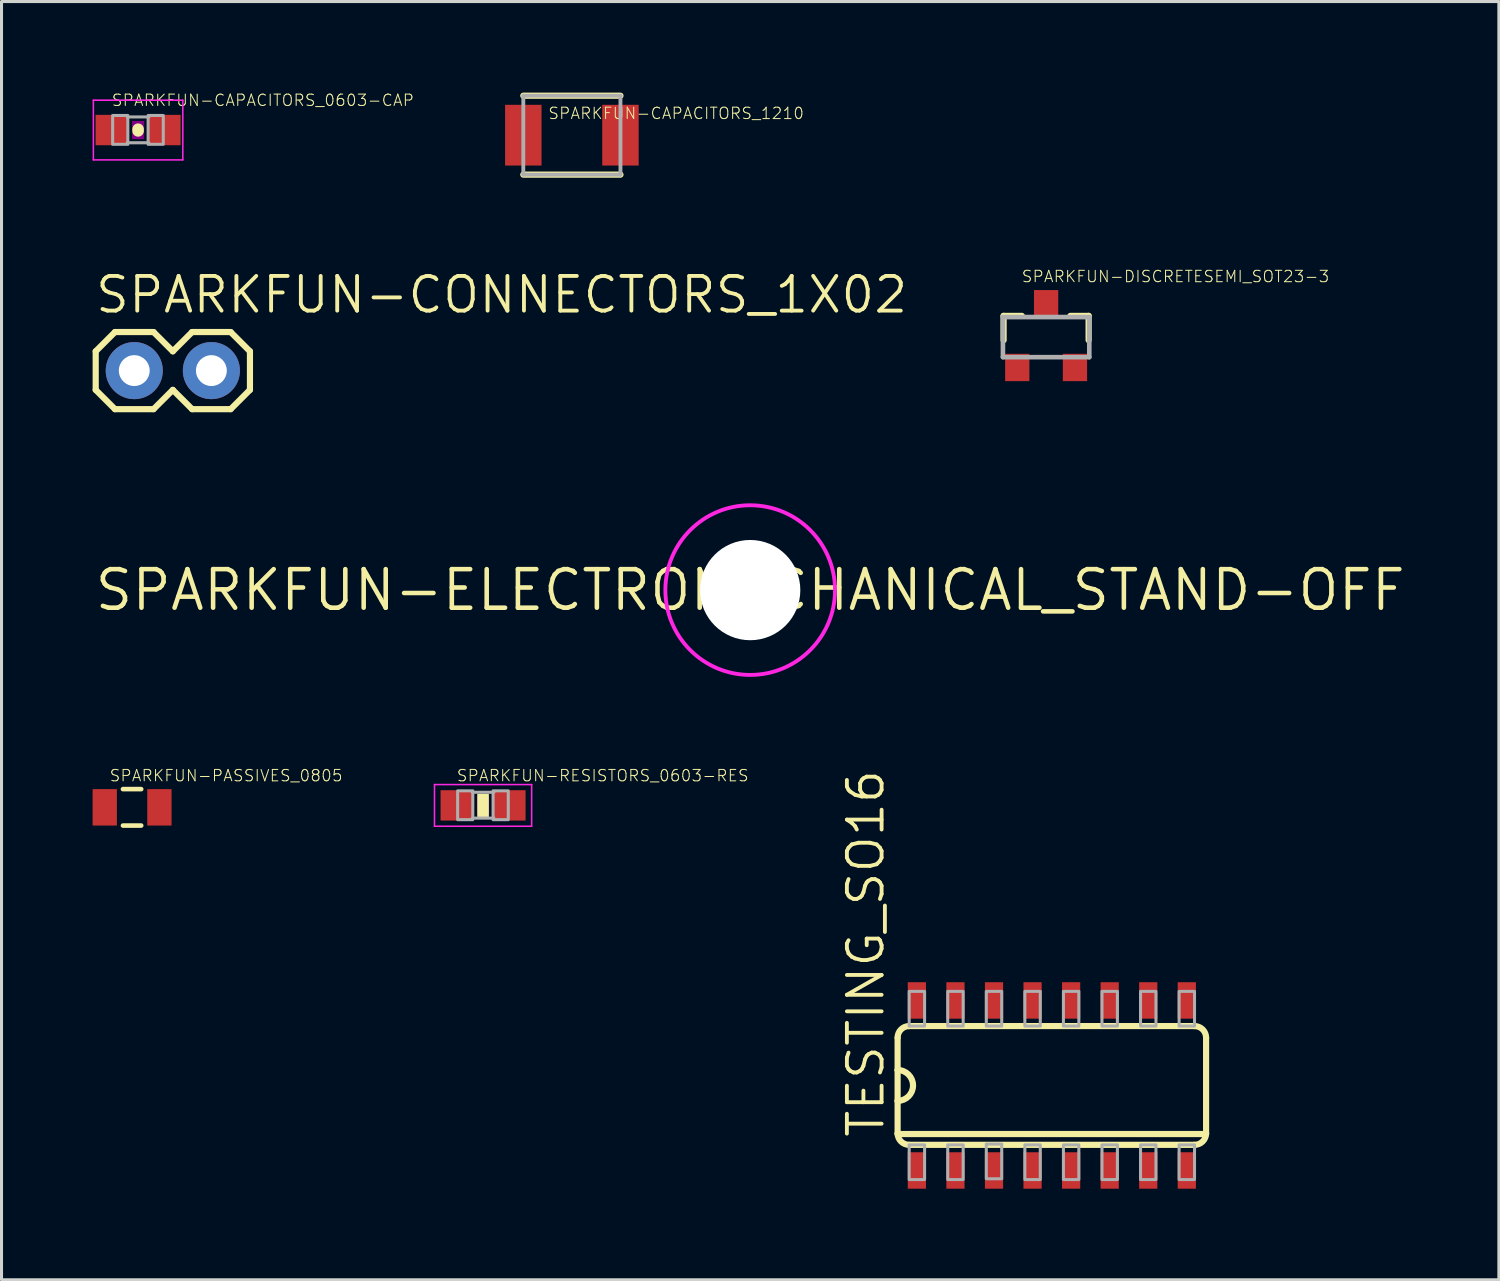
<source format=kicad_pcb>
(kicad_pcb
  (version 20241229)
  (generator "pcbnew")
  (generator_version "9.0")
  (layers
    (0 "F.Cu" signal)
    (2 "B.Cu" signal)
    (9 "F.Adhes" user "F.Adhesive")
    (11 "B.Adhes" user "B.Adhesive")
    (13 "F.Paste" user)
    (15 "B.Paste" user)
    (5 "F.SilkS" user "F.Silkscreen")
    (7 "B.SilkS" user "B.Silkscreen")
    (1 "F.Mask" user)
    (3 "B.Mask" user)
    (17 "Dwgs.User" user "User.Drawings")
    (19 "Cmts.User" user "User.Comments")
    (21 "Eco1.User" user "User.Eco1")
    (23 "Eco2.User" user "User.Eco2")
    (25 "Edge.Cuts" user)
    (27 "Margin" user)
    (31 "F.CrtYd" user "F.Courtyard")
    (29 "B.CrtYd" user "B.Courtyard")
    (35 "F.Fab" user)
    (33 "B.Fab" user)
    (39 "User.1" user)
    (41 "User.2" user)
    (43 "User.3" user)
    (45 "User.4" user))
  (footprint "SPARKFUN-PASSIVES_0805"
    (layer "F.Cu")
    (at 1.3 23.54)
    (property "Reference" "SPARKFUN-PASSIVES_0805" (at -0.762 -0.826 0) (unlocked yes) (layer "F.SilkS") (effects (font (size 0.374 0.374) (thickness 0.033)) (justify left bottom)))
    (fp_line (start -0.3 -0.6) (end 0.3 -0.6) (stroke (width 0.152) (type solid)) (layer "F.SilkS"))
    (fp_line (start -0.3 0.6) (end 0.3 0.6) (stroke (width 0.152) (type solid)) (layer "F.SilkS"))
    (pad "1" smd rect (at -0.9 0) (size 0.8 1.2) (layers "F.Cu" "F.Mask" "F.Paste"))
    (pad "2" smd rect (at 0.9 0) (size 0.8 1.2) (layers "F.Cu" "F.Mask" "F.Paste")))
  (footprint "SPARKFUN-ELECTROMECHANICAL_STAND-OFF"
    (layer "F.Cu")
    (at 21.658 16.385)
    (property "Reference" "SPARKFUN-ELECTROMECHANICAL_STAND-OFF" (at 0 0 0) (layer "F.SilkS") (effects (font (size 1.27 1.27) (thickness 0.15))))
    (fp_circle (center 0 0) (end 2.794 0) (stroke (width 0.127) (type solid)) (fill no) (layer "F.CrtYd"))
    (pad "" np_thru_hole circle (at 0 0) (size 3.302 3.302) (drill 3.302) (layers "*.Cu" "*.Mask")))
  (footprint "SPARKFUN-RESISTORS_0603-RES"
    (layer "F.Cu")
    (at 12.86 23.476)
    (property "Reference" "SPARKFUN-RESISTORS_0603-RES" (at -0.889 -0.762 0) (unlocked yes) (layer "F.SilkS") (effects (font (size 0.374 0.374) (thickness 0.033)) (justify left bottom)))
    (fp_poly (pts (xy -0.191 0.381) (xy 0.191 0.381) (xy 0.191 -0.381) (xy -0.191 -0.381)) (stroke (width 0) (type default)) (fill yes) (layer "F.SilkS"))
    (fp_poly (pts (xy -0.2 0.3) (xy 0.2 0.3) (xy 0.2 -0.3) (xy -0.2 -0.3)) (stroke (width 0) (type default)) (fill yes) (layer "F.Adhes"))
    (fp_line (start -1.6 -0.686) (end 1.6 -0.686) (stroke (width 0.051) (type solid)) (layer "F.CrtYd"))
    (fp_line (start -1.6 0.686) (end -1.6 -0.686) (stroke (width 0.051) (type solid)) (layer "F.CrtYd"))
    (fp_line (start 1.6 -0.686) (end 1.6 0.686) (stroke (width 0.051) (type solid)) (layer "F.CrtYd"))
    (fp_line (start 1.6 0.686) (end -1.6 0.686) (stroke (width 0.051) (type solid)) (layer "F.CrtYd"))
    (fp_line (start -0.356 -0.432) (end 0.356 -0.432) (stroke (width 0.102) (type solid)) (layer "F.Fab"))
    (fp_line (start -0.356 0.419) (end 0.356 0.419) (stroke (width 0.102) (type solid)) (layer "F.Fab"))
    (fp_poly (pts (xy -0.838 0.47) (xy -0.338 0.47) (xy -0.338 -0.48) (xy -0.838 -0.48)) (stroke (width 0.1) (type default)) (fill no) (layer "F.Fab"))
    (fp_poly (pts (xy 0.33 0.47) (xy 0.83 0.47) (xy 0.83 -0.48) (xy 0.33 -0.48)) (stroke (width 0.1) (type default)) (fill no) (layer "F.Fab"))
    (pad "1" smd rect (at -0.85 0) (size 1.1 1) (layers "F.Cu" "F.Mask" "F.Paste"))
    (pad "2" smd rect (at 0.85 0) (size 1.1 1) (layers "F.Cu" "F.Mask" "F.Paste")))
  (footprint "SPARKFUN-CONNECTORS_1X02"
    (layer "F.Cu")
    (at 1.372 9.156)
    (property "Reference" "SPARKFUN-CONNECTORS_1X02" (at -1.346 -1.829 0) (unlocked yes) (layer "F.SilkS") (effects (font (size 1.143 1.143) (thickness 0.127)) (justify left bottom)))
    (fp_line (start -1.27 -0.635) (end -1.27 0.635) (stroke (width 0.203) (type solid)) (layer "F.SilkS"))
    (fp_line (start -1.27 0.635) (end -0.635 1.27) (stroke (width 0.203) (type solid)) (layer "F.SilkS"))
    (fp_line (start -0.635 -1.27) (end -1.27 -0.635) (stroke (width 0.203) (type solid)) (layer "F.SilkS"))
    (fp_line (start -0.635 -1.27) (end 0.635 -1.27) (stroke (width 0.203) (type solid)) (layer "F.SilkS"))
    (fp_line (start 0.635 -1.27) (end 1.27 -0.635) (stroke (width 0.203) (type solid)) (layer "F.SilkS"))
    (fp_line (start 0.635 1.27) (end -0.635 1.27) (stroke (width 0.203) (type solid)) (layer "F.SilkS"))
    (fp_line (start 1.27 -0.635) (end 1.905 -1.27) (stroke (width 0.203) (type solid)) (layer "F.SilkS"))
    (fp_line (start 1.27 0.635) (end 0.635 1.27) (stroke (width 0.203) (type solid)) (layer "F.SilkS"))
    (fp_line (start 1.905 -1.27) (end 3.175 -1.27) (stroke (width 0.203) (type solid)) (layer "F.SilkS"))
    (fp_line (start 1.905 1.27) (end 1.27 0.635) (stroke (width 0.203) (type solid)) (layer "F.SilkS"))
    (fp_line (start 3.175 -1.27) (end 3.81 -0.635) (stroke (width 0.203) (type solid)) (layer "F.SilkS"))
    (fp_line (start 3.175 1.27) (end 1.905 1.27) (stroke (width 0.203) (type solid)) (layer "F.SilkS"))
    (fp_line (start 3.81 -0.635) (end 3.81 0.635) (stroke (width 0.203) (type solid)) (layer "F.SilkS"))
    (fp_line (start 3.81 0.635) (end 3.175 1.27) (stroke (width 0.203) (type solid)) (layer "F.SilkS"))
    (fp_poly (pts (xy -0.254 0.254) (xy 0.254 0.254) (xy 0.254 -0.254) (xy -0.254 -0.254)) (stroke (width 0.1) (type default)) (fill no) (layer "F.Fab"))
    (fp_poly (pts (xy 2.286 0.254) (xy 2.794 0.254) (xy 2.794 -0.254) (xy 2.286 -0.254)) (stroke (width 0.1) (type default)) (fill no) (layer "F.Fab"))
    (pad "1" thru_hole circle (at 0 0 90) (size 1.88 1.88) (drill 1.016) (layers "*.Cu" "*.Mask"))
    (pad "2" thru_hole circle (at 2.54 0 90) (size 1.88 1.88) (drill 1.016) (layers "*.Cu" "*.Mask")))
  (footprint "SPARKFUN-CAPACITORS_1210"
    (layer "F.Cu")
    (at 15.785 1.402)
    (property "Reference" "SPARKFUN-CAPACITORS_1210" (at -0.8 -0.5 0) (unlocked yes) (layer "F.SilkS") (effects (font (size 0.374 0.374) (thickness 0.033)) (justify left bottom)))
    (fp_line (start -1.6 -1.3) (end 1.6 -1.3) (stroke (width 0.203) (type solid)) (layer "F.SilkS"))
    (fp_line (start -1.6 1.3) (end 1.6 1.3) (stroke (width 0.203) (type solid)) (layer "F.SilkS"))
    (fp_line (start -1.6 -1.3) (end 1.6 -1.3) (stroke (width 0.127) (type solid)) (layer "F.Fab"))
    (fp_line (start -1.6 1.3) (end -1.6 -1.3) (stroke (width 0.127) (type solid)) (layer "F.Fab"))
    (fp_line (start 1.6 -1.3) (end 1.6 1.3) (stroke (width 0.127) (type solid)) (layer "F.Fab"))
    (fp_line (start 1.6 1.3) (end -1.6 1.3) (stroke (width 0.127) (type solid)) (layer "F.Fab"))
    (pad "1" smd rect (at -1.6 0) (size 1.2 2) (layers "F.Cu" "F.Mask" "F.Paste"))
    (pad "2" smd rect (at 1.6 0) (size 1.2 2) (layers "F.Cu" "F.Mask" "F.Paste")))
  (footprint "SPARKFUN-CAPACITORS_0603-CAP"
    (layer "F.Cu")
    (at 1.498 1.233)
    (property "Reference" "SPARKFUN-CAPACITORS_0603-CAP" (at -0.889 -0.762 0) (unlocked yes) (layer "F.SilkS") (effects (font (size 0.374 0.374) (thickness 0.033)) (justify left bottom)))
    (fp_line (start 0 -0.028) (end 0 0.028) (stroke (width 0.381) (type solid)) (layer "F.SilkS"))
    (fp_poly (pts (xy -0.2 0.3) (xy 0.2 0.3) (xy 0.2 -0.3) (xy -0.2 -0.3)) (stroke (width 0) (type default)) (fill yes) (layer "F.Adhes"))
    (fp_line (start -1.473 -0.983) (end 1.473 -0.983) (stroke (width 0.051) (type solid)) (layer "F.CrtYd"))
    (fp_line (start -1.473 0.983) (end -1.473 -0.983) (stroke (width 0.051) (type solid)) (layer "F.CrtYd"))
    (fp_line (start 1.473 -0.983) (end 1.473 0.983) (stroke (width 0.051) (type solid)) (layer "F.CrtYd"))
    (fp_line (start 1.473 0.983) (end -1.473 0.983) (stroke (width 0.051) (type solid)) (layer "F.CrtYd"))
    (fp_line (start -0.356 -0.432) (end 0.356 -0.432) (stroke (width 0.102) (type solid)) (layer "F.Fab"))
    (fp_line (start -0.356 0.419) (end 0.356 0.419) (stroke (width 0.102) (type solid)) (layer "F.Fab"))
    (fp_poly (pts (xy -0.838 0.47) (xy -0.338 0.47) (xy -0.338 -0.48) (xy -0.838 -0.48)) (stroke (width 0.1) (type default)) (fill no) (layer "F.Fab"))
    (fp_poly (pts (xy 0.33 0.47) (xy 0.83 0.47) (xy 0.83 -0.48) (xy 0.33 -0.48)) (stroke (width 0.1) (type default)) (fill no) (layer "F.Fab"))
    (pad "1" smd rect (at -0.85 0) (size 1.1 1) (layers "F.Cu" "F.Mask" "F.Paste"))
    (pad "2" smd rect (at 0.85 0) (size 1.1 1) (layers "F.Cu" "F.Mask" "F.Paste")))
  (footprint "TESTING_SO16"
    (layer "F.Cu")
    (at 31.593 32.7)
    (property "Reference" "TESTING_SO16" (at -5.461 1.778 90) (unlocked yes) (layer "F.SilkS") (effects (font (size 1.143 1.143) (thickness 0.127)) (justify left bottom)))
    (fp_line (start -5.08 -1.575) (end -5.08 -0.508) (stroke (width 0.203) (type solid)) (layer "F.SilkS"))
    (fp_line (start -5.08 -0.508) (end -5.08 0.508) (stroke (width 0.203) (type solid)) (layer "F.SilkS"))
    (fp_line (start -5.08 0.508) (end -5.08 1.575) (stroke (width 0.203) (type solid)) (layer "F.SilkS"))
    (fp_line (start -5.08 1.6) (end 5.08 1.6) (stroke (width 0.203) (type solid)) (layer "F.SilkS"))
    (fp_line (start -4.699 1.956) (end 4.699 1.956) (stroke (width 0.203) (type solid)) (layer "F.SilkS"))
    (fp_line (start 4.699 -1.956) (end -4.699 -1.956) (stroke (width 0.203) (type solid)) (layer "F.SilkS"))
    (fp_line (start 5.08 1.575) (end 5.08 -1.575) (stroke (width 0.203) (type solid)) (layer "F.SilkS"))
    (fp_arc (start -5.08 -1.5748) (mid -4.968408 -1.844208) (end -4.699 -1.9558) (stroke (width 0.2032) (type solid)) (layer "F.SilkS"))
    (fp_arc (start -5.08 -0.508) (mid -4.572 0) (end -5.08 0.508) (stroke (width 0.2032) (type solid)) (layer "F.SilkS"))
    (fp_arc (start -4.699 1.9558) (mid -4.968408 1.844208) (end -5.08 1.5748) (stroke (width 0.2032) (type solid)) (layer "F.SilkS"))
    (fp_arc (start 4.699 -1.9558) (mid 4.968408 -1.844208) (end 5.08 -1.5748) (stroke (width 0.2032) (type solid)) (layer "F.SilkS"))
    (fp_arc (start 5.08 1.5748) (mid 4.968408 1.844208) (end 4.699 1.9558) (stroke (width 0.2032) (type solid)) (layer "F.SilkS"))
    (fp_poly (pts (xy -4.699 -1.956) (xy -4.191 -1.956) (xy -4.191 -3.099) (xy -4.699 -3.099)) (stroke (width 0.1) (type default)) (fill no) (layer "F.Fab"))
    (fp_poly (pts (xy -4.699 3.099) (xy -4.191 3.099) (xy -4.191 1.956) (xy -4.699 1.956)) (stroke (width 0.1) (type default)) (fill no) (layer "F.Fab"))
    (fp_poly (pts (xy -3.429 -1.956) (xy -2.921 -1.956) (xy -2.921 -3.099) (xy -3.429 -3.099)) (stroke (width 0.1) (type default)) (fill no) (layer "F.Fab"))
    (fp_poly (pts (xy -3.429 3.099) (xy -2.921 3.099) (xy -2.921 1.956) (xy -3.429 1.956)) (stroke (width 0.1) (type default)) (fill no) (layer "F.Fab"))
    (fp_poly (pts (xy -2.159 -1.956) (xy -1.651 -1.956) (xy -1.651 -3.099) (xy -2.159 -3.099)) (stroke (width 0.1) (type default)) (fill no) (layer "F.Fab"))
    (fp_poly (pts (xy -2.159 3.073) (xy -1.651 3.073) (xy -1.651 1.93) (xy -2.159 1.93)) (stroke (width 0.1) (type default)) (fill no) (layer "F.Fab"))
    (fp_poly (pts (xy -0.889 -1.956) (xy -0.381 -1.956) (xy -0.381 -3.099) (xy -0.889 -3.099)) (stroke (width 0.1) (type default)) (fill no) (layer "F.Fab"))
    (fp_poly (pts (xy -0.889 3.099) (xy -0.381 3.099) (xy -0.381 1.956) (xy -0.889 1.956)) (stroke (width 0.1) (type default)) (fill no) (layer "F.Fab"))
    (fp_poly (pts (xy 0.381 -1.956) (xy 0.889 -1.956) (xy 0.889 -3.099) (xy 0.381 -3.099)) (stroke (width 0.1) (type default)) (fill no) (layer "F.Fab"))
    (fp_poly (pts (xy 0.381 3.099) (xy 0.889 3.099) (xy 0.889 1.956) (xy 0.381 1.956)) (stroke (width 0.1) (type default)) (fill no) (layer "F.Fab"))
    (fp_poly (pts (xy 1.651 -1.956) (xy 2.159 -1.956) (xy 2.159 -3.099) (xy 1.651 -3.099)) (stroke (width 0.1) (type default)) (fill no) (layer "F.Fab"))
    (fp_poly (pts (xy 1.651 3.099) (xy 2.159 3.099) (xy 2.159 1.956) (xy 1.651 1.956)) (stroke (width 0.1) (type default)) (fill no) (layer "F.Fab"))
    (fp_poly (pts (xy 2.921 -1.956) (xy 3.429 -1.956) (xy 3.429 -3.099) (xy 2.921 -3.099)) (stroke (width 0.1) (type default)) (fill no) (layer "F.Fab"))
    (fp_poly (pts (xy 2.921 3.099) (xy 3.429 3.099) (xy 3.429 1.956) (xy 2.921 1.956)) (stroke (width 0.1) (type default)) (fill no) (layer "F.Fab"))
    (fp_poly (pts (xy 4.191 -1.956) (xy 4.699 -1.956) (xy 4.699 -3.099) (xy 4.191 -3.099)) (stroke (width 0.1) (type default)) (fill no) (layer "F.Fab"))
    (fp_poly (pts (xy 4.191 3.099) (xy 4.699 3.099) (xy 4.699 1.956) (xy 4.191 1.956)) (stroke (width 0.1) (type default)) (fill no) (layer "F.Fab"))
    (pad "1" smd rect (at -4.445 2.8) (size 0.6 1.2) (layers "F.Cu" "F.Mask" "F.Paste"))
    (pad "2" smd rect (at -3.175 2.8) (size 0.6 1.2) (layers "F.Cu" "F.Mask" "F.Paste"))
    (pad "3" smd rect (at -1.905 2.8) (size 0.6 1.2) (layers "F.Cu" "F.Mask" "F.Paste"))
    (pad "4" smd rect (at -0.635 2.8) (size 0.6 1.2) (layers "F.Cu" "F.Mask" "F.Paste"))
    (pad "5" smd rect (at 0.635 2.8) (size 0.6 1.2) (layers "F.Cu" "F.Mask" "F.Paste"))
    (pad "6" smd rect (at 1.905 2.8) (size 0.6 1.2) (layers "F.Cu" "F.Mask" "F.Paste"))
    (pad "7" smd rect (at 3.175 2.8) (size 0.6 1.2) (layers "F.Cu" "F.Mask" "F.Paste"))
    (pad "8" smd rect (at 4.445 2.8) (size 0.6 1.2) (layers "F.Cu" "F.Mask" "F.Paste"))
    (pad "9" smd rect (at 4.445 -2.8) (size 0.6 1.2) (layers "F.Cu" "F.Mask" "F.Paste"))
    (pad "10" smd rect (at 3.175 -2.8) (size 0.6 1.2) (layers "F.Cu" "F.Mask" "F.Paste"))
    (pad "11" smd rect (at 1.905 -2.8) (size 0.6 1.2) (layers "F.Cu" "F.Mask" "F.Paste"))
    (pad "12" smd rect (at 0.635 -2.8) (size 0.6 1.2) (layers "F.Cu" "F.Mask" "F.Paste"))
    (pad "13" smd rect (at -0.635 -2.8) (size 0.6 1.2) (layers "F.Cu" "F.Mask" "F.Paste"))
    (pad "14" smd rect (at -1.905 -2.8) (size 0.6 1.2) (layers "F.Cu" "F.Mask" "F.Paste"))
    (pad "15" smd rect (at -3.175 -2.8) (size 0.6 1.2) (layers "F.Cu" "F.Mask" "F.Paste"))
    (pad "16" smd rect (at -4.445 -2.8) (size 0.6 1.2) (layers "F.Cu" "F.Mask" "F.Paste")))
  (footprint "SPARKFUN-DISCRETESEMI_SOT23-3"
    (layer "F.Cu")
    (at 31.404 8.053)
    (property "Reference" "SPARKFUN-DISCRETESEMI_SOT23-3" (at -0.826 -1.778 0) (unlocked yes) (layer "F.SilkS") (effects (font (size 0.374 0.374) (thickness 0.033)) (justify left bottom)))
    (fp_line (start -1.4 -0.7) (end -1.4 0.1) (stroke (width 0.203) (type solid)) (layer "F.SilkS"))
    (fp_line (start -0.8 -0.7) (end -1.4 -0.7) (stroke (width 0.203) (type solid)) (layer "F.SilkS"))
    (fp_line (start 0.8 -0.7) (end 1.4 -0.7) (stroke (width 0.203) (type solid)) (layer "F.SilkS"))
    (fp_line (start 1.4 -0.7) (end 1.4 0.1) (stroke (width 0.203) (type solid)) (layer "F.SilkS"))
    (fp_line (start -1.422 -0.66) (end 1.422 -0.66) (stroke (width 0.152) (type solid)) (layer "F.Fab"))
    (fp_line (start -1.422 0.66) (end -1.422 -0.66) (stroke (width 0.152) (type solid)) (layer "F.Fab"))
    (fp_line (start 1.422 -0.66) (end 1.422 0.66) (stroke (width 0.152) (type solid)) (layer "F.Fab"))
    (fp_line (start 1.422 0.66) (end -1.422 0.66) (stroke (width 0.152) (type solid)) (layer "F.Fab"))
    (pad "1" smd rect (at -0.95 1) (size 0.8 0.9) (layers "F.Cu" "F.Mask" "F.Paste"))
    (pad "2" smd rect (at 0.95 1) (size 0.8 0.9) (layers "F.Cu" "F.Mask" "F.Paste"))
    (pad "3" smd rect (at 0 -1.1) (size 0.8 0.9) (layers "F.Cu" "F.Mask" "F.Paste")))
  (gr_rect
    (start -3 -3)
    (end 46.316 39.1)
    (stroke (width 0.1) (type default))
    (fill no)
    (layer "Edge.Cuts")))
</source>
